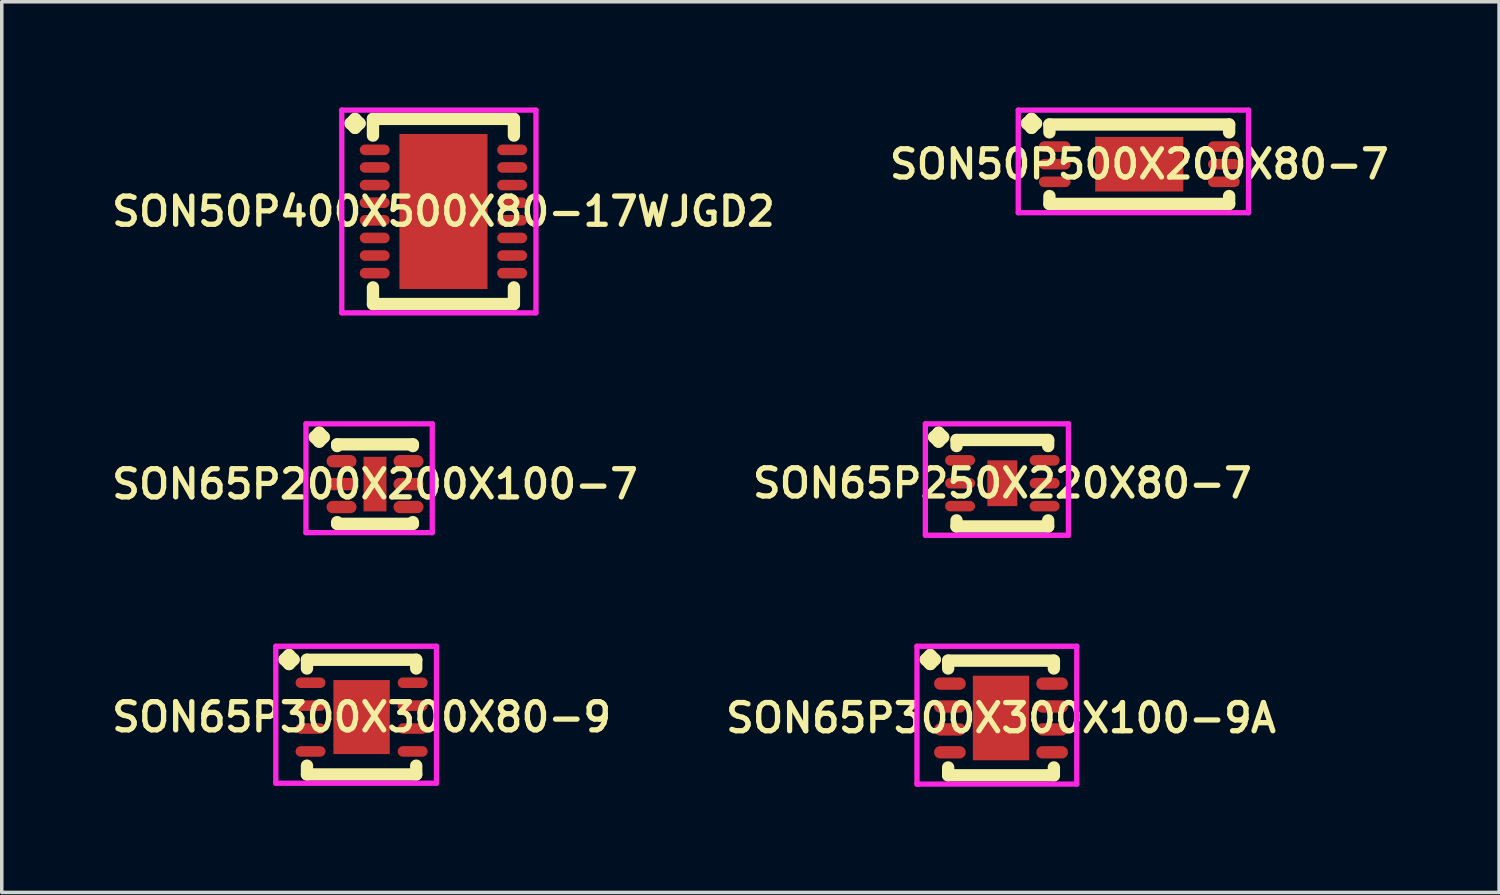
<source format=kicad_pcb>
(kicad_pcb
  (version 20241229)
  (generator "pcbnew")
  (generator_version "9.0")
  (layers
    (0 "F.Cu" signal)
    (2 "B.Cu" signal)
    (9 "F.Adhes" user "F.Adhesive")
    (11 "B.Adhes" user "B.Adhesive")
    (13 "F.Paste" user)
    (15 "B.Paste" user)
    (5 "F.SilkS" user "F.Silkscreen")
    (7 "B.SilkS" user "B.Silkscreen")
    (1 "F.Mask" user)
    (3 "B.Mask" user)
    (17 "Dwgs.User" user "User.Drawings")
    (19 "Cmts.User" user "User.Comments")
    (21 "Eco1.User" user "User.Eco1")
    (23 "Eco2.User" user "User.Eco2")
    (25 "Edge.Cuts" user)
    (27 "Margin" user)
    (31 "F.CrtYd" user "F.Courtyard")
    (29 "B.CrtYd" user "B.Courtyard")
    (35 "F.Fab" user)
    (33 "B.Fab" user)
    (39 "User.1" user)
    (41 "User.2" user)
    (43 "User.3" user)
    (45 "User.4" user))
  (footprint "SON50P500X200X80-7"
    (layer "F.Cu")
    (at 29.283 1.61)
    (property "Reference" "SON50P500X200X80-7" (at 0 0 0) (layer "F.SilkS") (effects (font (size 0.8 0.8) (thickness 0.15))))
    (attr smd)
    (fp_line (start -3.185 -1.158) (end -3.058 -1.285) (stroke (width 0.35) (type solid)) (layer "F.SilkS"))
    (fp_line (start -3.058 -1.285) (end -2.931 -1.158) (stroke (width 0.35) (type solid)) (layer "F.SilkS"))
    (fp_line (start -3.058 -1.031) (end -3.185 -1.158) (stroke (width 0.35) (type solid)) (layer "F.SilkS"))
    (fp_line (start -2.931 -1.158) (end -3.058 -1.031) (stroke (width 0.35) (type solid)) (layer "F.SilkS"))
    (fp_line (start -2.55 -1.127) (end 2.55 -1.127) (stroke (width 0.35) (type solid)) (layer "F.SilkS"))
    (fp_line (start -2.55 -0.904) (end -2.55 -1.127) (stroke (width 0.35) (type solid)) (layer "F.SilkS"))
    (fp_line (start -2.55 0.904) (end -2.55 1.127) (stroke (width 0.35) (type solid)) (layer "F.SilkS"))
    (fp_line (start -2.55 1.127) (end 2.55 1.127) (stroke (width 0.35) (type solid)) (layer "F.SilkS"))
    (fp_line (start 2.55 -1.127) (end 2.55 -0.904) (stroke (width 0.35) (type solid)) (layer "F.SilkS"))
    (fp_line (start 2.55 1.127) (end 2.55 0.904) (stroke (width 0.35) (type solid)) (layer "F.SilkS"))
    (fp_line (start -3.435 -1.535) (end 3.1 -1.535) (stroke (width 0.15) (type solid)) (layer "F.CrtYd"))
    (fp_line (start -3.435 1.377) (end -3.435 -1.535) (stroke (width 0.15) (type solid)) (layer "F.CrtYd"))
    (fp_line (start 3.1 -1.535) (end 3.1 1.377) (stroke (width 0.15) (type solid)) (layer "F.CrtYd"))
    (fp_line (start 3.1 1.377) (end -3.435 1.377) (stroke (width 0.15) (type solid)) (layer "F.CrtYd"))
    (pad "1" smd oval (at -2.4 -0.5) (size 0.9 0.3) (layers "F.Cu" "F.Mask" "F.Paste"))
    (pad "2" smd oval (at -2.4 0) (size 0.9 0.3) (layers "F.Cu" "F.Mask" "F.Paste"))
    (pad "3" smd oval (at -2.4 0.5) (size 0.9 0.3) (layers "F.Cu" "F.Mask" "F.Paste"))
    (pad "4" smd oval (at 2.4 0.5) (size 0.9 0.3) (layers "F.Cu" "F.Mask" "F.Paste"))
    (pad "5" smd oval (at 2.4 0) (size 0.9 0.3) (layers "F.Cu" "F.Mask" "F.Paste"))
    (pad "6" smd oval (at 2.4 -0.5) (size 0.9 0.3) (layers "F.Cu" "F.Mask" "F.Paste"))
    (pad "7" smd rect (at 0 0) (size 2.5 1.55) (layers "F.Cu" "F.Mask" "F.Paste")))
  (footprint "SON65P300X300X100-9A"
    (layer "F.Cu")
    (at 25.359 17.326)
    (property "Reference" "SON65P300X300X100-9A" (at 0 0 0) (layer "F.SilkS") (effects (font (size 0.8 0.8) (thickness 0.15))))
    (attr through_hole)
    (fp_line (start -2.135 -1.658) (end -2.008 -1.785) (stroke (width 0.35) (type solid)) (layer "F.SilkS"))
    (fp_line (start -2.008 -1.785) (end -1.881 -1.658) (stroke (width 0.35) (type solid)) (layer "F.SilkS"))
    (fp_line (start -2.008 -1.531) (end -2.135 -1.658) (stroke (width 0.35) (type solid)) (layer "F.SilkS"))
    (fp_line (start -1.881 -1.658) (end -2.008 -1.531) (stroke (width 0.35) (type solid)) (layer "F.SilkS"))
    (fp_line (start -1.5 -1.627) (end 1.5 -1.627) (stroke (width 0.35) (type solid)) (layer "F.SilkS"))
    (fp_line (start -1.5 -1.404) (end -1.5 -1.627) (stroke (width 0.35) (type solid)) (layer "F.SilkS"))
    (fp_line (start -1.5 1.404) (end -1.5 1.627) (stroke (width 0.35) (type solid)) (layer "F.SilkS"))
    (fp_line (start -1.5 1.627) (end 1.5 1.627) (stroke (width 0.35) (type solid)) (layer "F.SilkS"))
    (fp_line (start 1.5 -1.627) (end 1.5 -1.404) (stroke (width 0.35) (type solid)) (layer "F.SilkS"))
    (fp_line (start 1.5 1.627) (end 1.5 1.404) (stroke (width 0.35) (type solid)) (layer "F.SilkS"))
    (fp_line (start -2.385 -2.035) (end 2.15 -2.035) (stroke (width 0.15) (type solid)) (layer "F.CrtYd"))
    (fp_line (start -2.385 1.877) (end -2.385 -2.035) (stroke (width 0.15) (type solid)) (layer "F.CrtYd"))
    (fp_line (start 2.15 -2.035) (end 2.15 1.877) (stroke (width 0.15) (type solid)) (layer "F.CrtYd"))
    (fp_line (start 2.15 1.877) (end -2.385 1.877) (stroke (width 0.15) (type solid)) (layer "F.CrtYd"))
    (pad "1" smd oval (at -1.45 -0.975) (size 0.9 0.35) (layers "F.Cu" "F.Mask" "F.Paste"))
    (pad "2" smd oval (at -1.45 -0.325) (size 0.9 0.35) (layers "F.Cu" "F.Mask" "F.Paste"))
    (pad "3" smd oval (at -1.45 0.325) (size 0.9 0.35) (layers "F.Cu" "F.Mask" "F.Paste"))
    (pad "4" smd oval (at -1.45 0.975) (size 0.9 0.35) (layers "F.Cu" "F.Mask" "F.Paste"))
    (pad "5" smd oval (at 1.45 0.975) (size 0.9 0.35) (layers "F.Cu" "F.Mask" "F.Paste"))
    (pad "6" smd oval (at 1.45 0.325) (size 0.9 0.35) (layers "F.Cu" "F.Mask" "F.Paste"))
    (pad "7" smd oval (at 1.45 -0.325) (size 0.9 0.35) (layers "F.Cu" "F.Mask" "F.Paste"))
    (pad "8" smd oval (at 1.45 -0.975) (size 0.9 0.35) (layers "F.Cu" "F.Mask" "F.Paste"))
    (pad "9" smd rect (at 0 0) (size 1.6 2.4) (layers "F.Cu" "F.Mask" "F.Paste")))
  (footprint "SON65P200X200X100-7"
    (layer "F.Cu")
    (at 7.593 10.689)
    (property "Reference" "SON65P200X200X100-7" (at 0 0 0) (layer "F.SilkS") (effects (font (size 0.8 0.8) (thickness 0.15))))
    (attr smd)
    (fp_line (start -1.71 -1.333) (end -1.583 -1.46) (stroke (width 0.35) (type solid)) (layer "F.SilkS"))
    (fp_line (start -1.583 -1.46) (end -1.456 -1.333) (stroke (width 0.35) (type solid)) (layer "F.SilkS"))
    (fp_line (start -1.583 -1.206) (end -1.71 -1.333) (stroke (width 0.35) (type solid)) (layer "F.SilkS"))
    (fp_line (start -1.456 -1.333) (end -1.583 -1.206) (stroke (width 0.35) (type solid)) (layer "F.SilkS"))
    (fp_line (start -1.075 -1.127) (end 1.075 -1.127) (stroke (width 0.35) (type solid)) (layer "F.SilkS"))
    (fp_line (start -1.075 -1.079) (end -1.075 -1.127) (stroke (width 0.35) (type solid)) (layer "F.SilkS"))
    (fp_line (start -1.075 1.079) (end -1.075 1.127) (stroke (width 0.35) (type solid)) (layer "F.SilkS"))
    (fp_line (start -1.075 1.127) (end 1.075 1.127) (stroke (width 0.35) (type solid)) (layer "F.SilkS"))
    (fp_line (start 1.075 -1.127) (end 1.075 -1.079) (stroke (width 0.35) (type solid)) (layer "F.SilkS"))
    (fp_line (start 1.075 1.127) (end 1.075 1.079) (stroke (width 0.35) (type solid)) (layer "F.SilkS"))
    (fp_line (start -1.96 -1.71) (end 1.625 -1.71) (stroke (width 0.15) (type solid)) (layer "F.CrtYd"))
    (fp_line (start -1.96 1.377) (end -1.96 -1.71) (stroke (width 0.15) (type solid)) (layer "F.CrtYd"))
    (fp_line (start 1.625 -1.71) (end 1.625 1.377) (stroke (width 0.15) (type solid)) (layer "F.CrtYd"))
    (fp_line (start 1.625 1.377) (end -1.96 1.377) (stroke (width 0.15) (type solid)) (layer "F.CrtYd"))
    (pad "1" smd oval (at -0.95 -0.65) (size 0.85 0.35) (layers "F.Cu" "F.Mask" "F.Paste"))
    (pad "2" smd oval (at -0.95 0) (size 0.85 0.35) (layers "F.Cu" "F.Mask" "F.Paste"))
    (pad "3" smd oval (at -0.95 0.65) (size 0.85 0.35) (layers "F.Cu" "F.Mask" "F.Paste"))
    (pad "4" smd oval (at 0.95 0.65) (size 0.85 0.35) (layers "F.Cu" "F.Mask" "F.Paste"))
    (pad "5" smd oval (at 0.95 0) (size 0.85 0.35) (layers "F.Cu" "F.Mask" "F.Paste"))
    (pad "6" smd oval (at 0.95 -0.65) (size 0.85 0.35) (layers "F.Cu" "F.Mask" "F.Paste"))
    (pad "7" smd rect (at 0 0) (size 0.65 1.55) (layers "F.Cu" "F.Mask" "F.Paste")))
  (footprint "SON50P400X500X80-17WJGD2"
    (layer "F.Cu")
    (at 9.535 2.952)
    (property "Reference" "SON50P400X500X80-17WJGD2" (at 0 0 0) (layer "F.SilkS") (effects (font (size 0.8 0.8) (thickness 0.15))))
    (attr smd)
    (fp_line (start -2.635 -2.5) (end -2.508 -2.627) (stroke (width 0.35) (type solid)) (layer "F.SilkS"))
    (fp_line (start -2.508 -2.627) (end -2.381 -2.5) (stroke (width 0.35) (type solid)) (layer "F.SilkS"))
    (fp_line (start -2.508 -2.373) (end -2.635 -2.5) (stroke (width 0.35) (type solid)) (layer "F.SilkS"))
    (fp_line (start -2.381 -2.5) (end -2.508 -2.373) (stroke (width 0.35) (type solid)) (layer "F.SilkS"))
    (fp_line (start -2 -2.627) (end 2 -2.627) (stroke (width 0.35) (type solid)) (layer "F.SilkS"))
    (fp_line (start -2 -2.154) (end -2 -2.627) (stroke (width 0.35) (type solid)) (layer "F.SilkS"))
    (fp_line (start -2 2.154) (end -2 2.627) (stroke (width 0.35) (type solid)) (layer "F.SilkS"))
    (fp_line (start -2 2.627) (end 2 2.627) (stroke (width 0.35) (type solid)) (layer "F.SilkS"))
    (fp_line (start 2 -2.627) (end 2 -2.154) (stroke (width 0.35) (type solid)) (layer "F.SilkS"))
    (fp_line (start 2 2.627) (end 2 2.154) (stroke (width 0.35) (type solid)) (layer "F.SilkS"))
    (fp_line (start -2.885 -2.877) (end 2.625 -2.877) (stroke (width 0.15) (type solid)) (layer "F.CrtYd"))
    (fp_line (start -2.885 2.877) (end -2.885 -2.877) (stroke (width 0.15) (type solid)) (layer "F.CrtYd"))
    (fp_line (start 2.625 -2.877) (end 2.625 2.877) (stroke (width 0.15) (type solid)) (layer "F.CrtYd"))
    (fp_line (start 2.625 2.877) (end -2.885 2.877) (stroke (width 0.15) (type solid)) (layer "F.CrtYd"))
    (pad "1" smd oval (at -1.95 -1.75) (size 0.85 0.3) (layers "F.Cu" "F.Mask" "F.Paste"))
    (pad "2" smd oval (at -1.95 -1.25) (size 0.85 0.3) (layers "F.Cu" "F.Mask" "F.Paste"))
    (pad "3" smd oval (at -1.95 -0.75) (size 0.85 0.3) (layers "F.Cu" "F.Mask" "F.Paste"))
    (pad "4" smd oval (at -1.95 -0.25) (size 0.85 0.3) (layers "F.Cu" "F.Mask" "F.Paste"))
    (pad "5" smd oval (at -1.95 0.25) (size 0.85 0.3) (layers "F.Cu" "F.Mask" "F.Paste"))
    (pad "6" smd oval (at -1.95 0.75) (size 0.85 0.3) (layers "F.Cu" "F.Mask" "F.Paste"))
    (pad "7" smd oval (at -1.95 1.25) (size 0.85 0.3) (layers "F.Cu" "F.Mask" "F.Paste"))
    (pad "8" smd oval (at -1.95 1.75) (size 0.85 0.3) (layers "F.Cu" "F.Mask" "F.Paste"))
    (pad "9" smd oval (at 1.95 1.75) (size 0.85 0.3) (layers "F.Cu" "F.Mask" "F.Paste"))
    (pad "10" smd oval (at 1.95 1.25) (size 0.85 0.3) (layers "F.Cu" "F.Mask" "F.Paste"))
    (pad "11" smd oval (at 1.95 0.75) (size 0.85 0.3) (layers "F.Cu" "F.Mask" "F.Paste"))
    (pad "12" smd oval (at 1.95 0.25) (size 0.85 0.3) (layers "F.Cu" "F.Mask" "F.Paste"))
    (pad "13" smd oval (at 1.95 -0.25) (size 0.85 0.3) (layers "F.Cu" "F.Mask" "F.Paste"))
    (pad "14" smd oval (at 1.95 -0.75) (size 0.85 0.3) (layers "F.Cu" "F.Mask" "F.Paste"))
    (pad "15" smd oval (at 1.95 -1.25) (size 0.85 0.3) (layers "F.Cu" "F.Mask" "F.Paste"))
    (pad "16" smd oval (at 1.95 -1.75) (size 0.85 0.3) (layers "F.Cu" "F.Mask" "F.Paste"))
    (pad "17" smd rect (at 0 0) (size 2.5 4.4) (layers "F.Cu" "F.Mask" "F.Paste")))
  (footprint "SON65P250X220X80-7"
    (layer "F.Cu")
    (at 25.397 10.664)
    (property "Reference" "SON65P250X220X80-7" (at 0 0 0) (layer "F.SilkS") (effects (font (size 0.8 0.8) (thickness 0.15))))
    (attr through_hole)
    (fp_line (start -1.935 -1.308) (end -1.808 -1.435) (stroke (width 0.35) (type solid)) (layer "F.SilkS"))
    (fp_line (start -1.808 -1.435) (end -1.681 -1.308) (stroke (width 0.35) (type solid)) (layer "F.SilkS"))
    (fp_line (start -1.808 -1.181) (end -1.935 -1.308) (stroke (width 0.35) (type solid)) (layer "F.SilkS"))
    (fp_line (start -1.681 -1.308) (end -1.808 -1.181) (stroke (width 0.35) (type solid)) (layer "F.SilkS"))
    (fp_line (start -1.3 -1.227) (end 1.3 -1.227) (stroke (width 0.35) (type solid)) (layer "F.SilkS"))
    (fp_line (start -1.3 -1.054) (end -1.3 -1.227) (stroke (width 0.35) (type solid)) (layer "F.SilkS"))
    (fp_line (start -1.3 1.054) (end -1.3 1.227) (stroke (width 0.35) (type solid)) (layer "F.SilkS"))
    (fp_line (start -1.3 1.227) (end 1.3 1.227) (stroke (width 0.35) (type solid)) (layer "F.SilkS"))
    (fp_line (start 1.3 -1.227) (end 1.3 -1.054) (stroke (width 0.35) (type solid)) (layer "F.SilkS"))
    (fp_line (start 1.3 1.227) (end 1.3 1.054) (stroke (width 0.35) (type solid)) (layer "F.SilkS"))
    (fp_line (start -2.185 -1.685) (end 1.875 -1.685) (stroke (width 0.15) (type solid)) (layer "F.CrtYd"))
    (fp_line (start -2.185 1.477) (end -2.185 -1.685) (stroke (width 0.15) (type solid)) (layer "F.CrtYd"))
    (fp_line (start 1.875 -1.685) (end 1.875 1.477) (stroke (width 0.15) (type solid)) (layer "F.CrtYd"))
    (fp_line (start 1.875 1.477) (end -2.185 1.477) (stroke (width 0.15) (type solid)) (layer "F.CrtYd"))
    (pad "1" smd oval (at -1.2 -0.65) (size 0.85 0.3) (layers "F.Cu" "F.Mask" "F.Paste"))
    (pad "2" smd oval (at -1.2 0) (size 0.85 0.3) (layers "F.Cu" "F.Mask" "F.Paste"))
    (pad "3" smd oval (at -1.2 0.65) (size 0.85 0.3) (layers "F.Cu" "F.Mask" "F.Paste"))
    (pad "4" smd oval (at 1.2 0.65) (size 0.85 0.3) (layers "F.Cu" "F.Mask" "F.Paste"))
    (pad "5" smd oval (at 1.2 0) (size 0.85 0.3) (layers "F.Cu" "F.Mask" "F.Paste"))
    (pad "6" smd oval (at 1.2 -0.65) (size 0.85 0.3) (layers "F.Cu" "F.Mask" "F.Paste"))
    (pad "7" smd rect (at 0 0) (size 0.85 1.3) (layers "F.Cu" "F.Mask" "F.Paste")))
  (footprint "SON65P300X300X80-9"
    (layer "F.Cu")
    (at 7.212 17.301)
    (property "Reference" "SON65P300X300X80-9" (at 0 0 0) (layer "F.SilkS") (effects (font (size 0.8 0.8) (thickness 0.15))))
    (attr smd)
    (fp_line (start -2.185 -1.633) (end -2.058 -1.76) (stroke (width 0.35) (type solid)) (layer "F.SilkS"))
    (fp_line (start -2.058 -1.76) (end -1.931 -1.633) (stroke (width 0.35) (type solid)) (layer "F.SilkS"))
    (fp_line (start -2.058 -1.506) (end -2.185 -1.633) (stroke (width 0.35) (type solid)) (layer "F.SilkS"))
    (fp_line (start -1.931 -1.633) (end -2.058 -1.506) (stroke (width 0.35) (type solid)) (layer "F.SilkS"))
    (fp_line (start -1.55 -1.627) (end 1.55 -1.627) (stroke (width 0.35) (type solid)) (layer "F.SilkS"))
    (fp_line (start -1.55 -1.379) (end -1.55 -1.627) (stroke (width 0.35) (type solid)) (layer "F.SilkS"))
    (fp_line (start -1.55 1.379) (end -1.55 1.627) (stroke (width 0.35) (type solid)) (layer "F.SilkS"))
    (fp_line (start -1.55 1.627) (end 1.55 1.627) (stroke (width 0.35) (type solid)) (layer "F.SilkS"))
    (fp_line (start 1.55 -1.627) (end 1.55 -1.379) (stroke (width 0.35) (type solid)) (layer "F.SilkS"))
    (fp_line (start 1.55 1.627) (end 1.55 1.379) (stroke (width 0.35) (type solid)) (layer "F.SilkS"))
    (fp_line (start -2.435 -2.01) (end 2.125 -2.01) (stroke (width 0.15) (type solid)) (layer "F.CrtYd"))
    (fp_line (start -2.435 1.877) (end -2.435 -2.01) (stroke (width 0.15) (type solid)) (layer "F.CrtYd"))
    (fp_line (start 2.125 -2.01) (end 2.125 1.877) (stroke (width 0.15) (type solid)) (layer "F.CrtYd"))
    (fp_line (start 2.125 1.877) (end -2.435 1.877) (stroke (width 0.15) (type solid)) (layer "F.CrtYd"))
    (pad "1" smd oval (at -1.45 -0.975) (size 0.85 0.3) (layers "F.Cu" "F.Mask" "F.Paste"))
    (pad "2" smd oval (at -1.45 -0.325) (size 0.85 0.3) (layers "F.Cu" "F.Mask" "F.Paste"))
    (pad "3" smd oval (at -1.45 0.325) (size 0.85 0.3) (layers "F.Cu" "F.Mask" "F.Paste"))
    (pad "4" smd oval (at -1.45 0.975) (size 0.85 0.3) (layers "F.Cu" "F.Mask" "F.Paste"))
    (pad "5" smd oval (at 1.45 0.975) (size 0.85 0.3) (layers "F.Cu" "F.Mask" "F.Paste"))
    (pad "6" smd oval (at 1.45 0.325) (size 0.85 0.3) (layers "F.Cu" "F.Mask" "F.Paste"))
    (pad "7" smd oval (at 1.45 -0.325) (size 0.85 0.3) (layers "F.Cu" "F.Mask" "F.Paste"))
    (pad "8" smd oval (at 1.45 -0.975) (size 0.85 0.3) (layers "F.Cu" "F.Mask" "F.Paste"))
    (pad "9" smd rect (at 0 0) (size 1.6 2.1) (layers "F.Cu" "F.Mask" "F.Paste")))
  (gr_rect
    (start -3 -3)
    (end 39.494 22.278)
    (stroke (width 0.1) (type default))
    (fill no)
    (layer "Edge.Cuts")))
</source>
